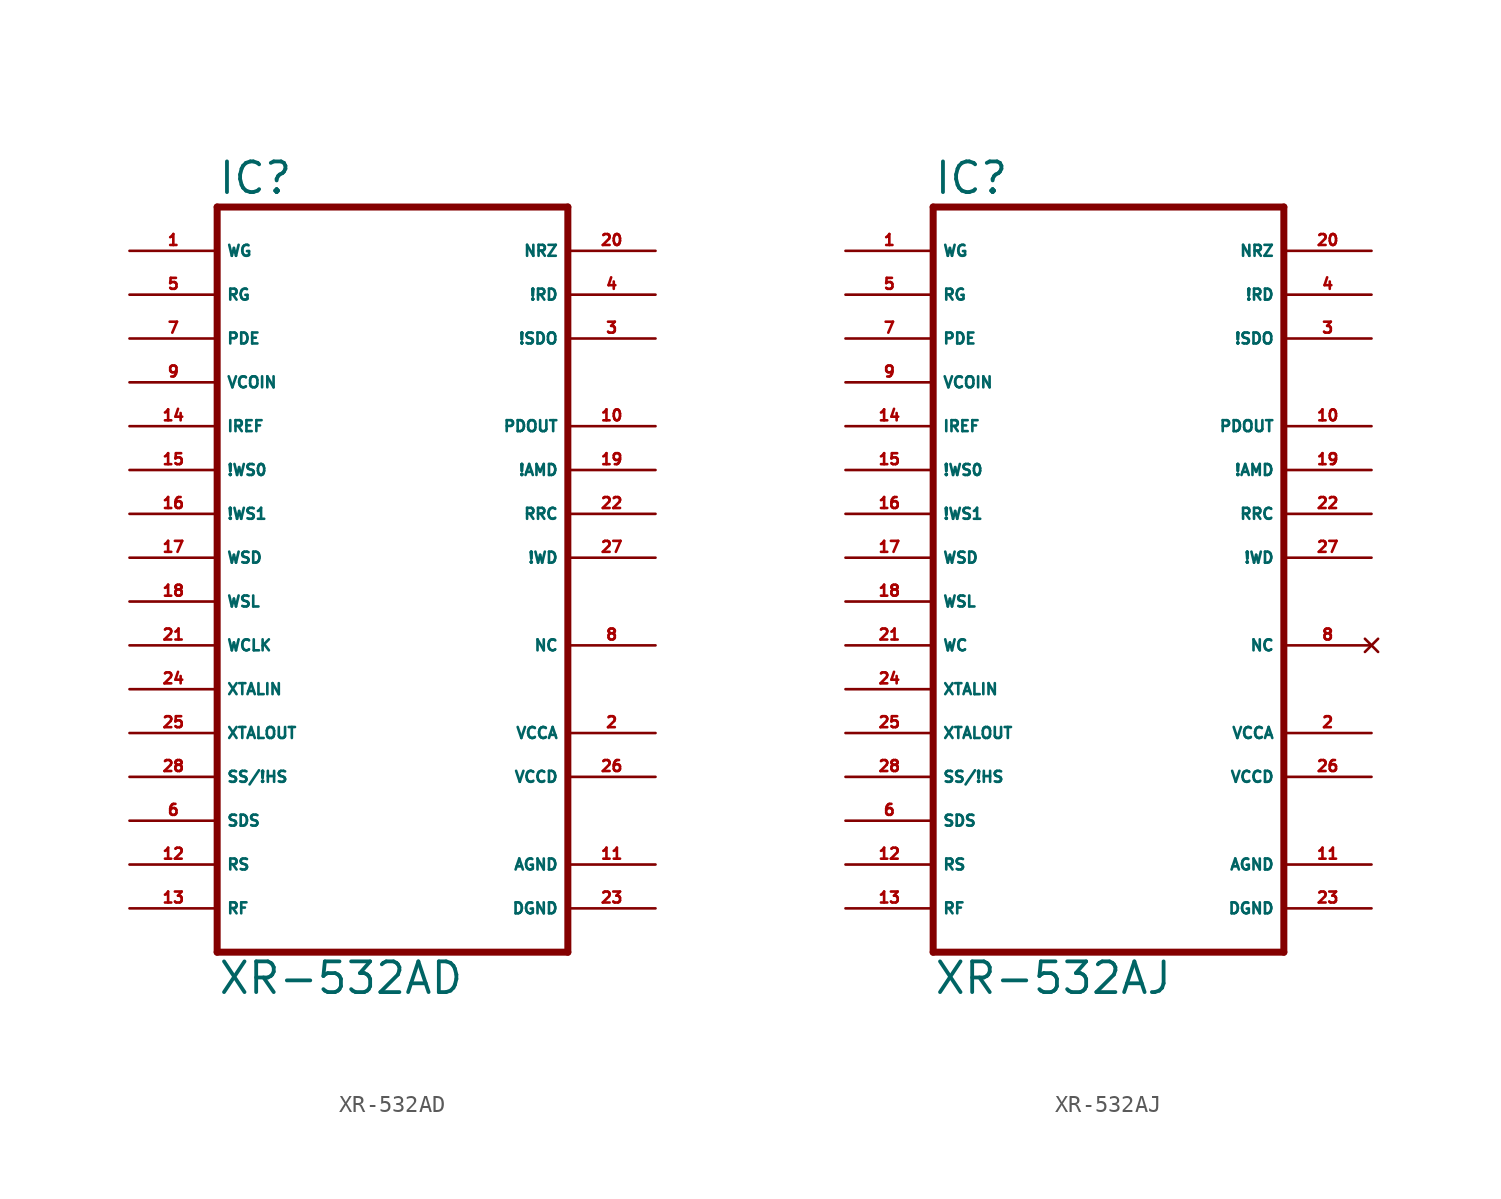
<source format=kicad_sym>
(kicad_symbol_lib
  (version 20220914)
  (generator Eagle2Kicad)
  (symbol "XR-532AD"
    (property "Reference" "IC"
      (at -10.16 20.955 0)
      (effects (font (size 1.778 1.778) (thickness 0.22)) (justify left bottom)))
    (property "Value" "XR-532AD"
      (at -10.16 -25.4 0)
      (effects (font (size 1.778 1.778) (thickness 0.22)) (justify left bottom)))
    (polyline
      (pts (xy -10.16 -22.86) (xy 10.16 -22.86))
      (stroke (width 0.406) (type default))
      (fill (type none)))
    (polyline
      (pts (xy 10.16 -22.86) (xy 10.16 20.32))
      (stroke (width 0.406) (type default))
      (fill (type none)))
    (polyline
      (pts (xy 10.16 20.32) (xy -10.16 20.32))
      (stroke (width 0.406) (type default))
      (fill (type none)))
    (polyline
      (pts (xy -10.16 20.32) (xy -10.16 -22.86))
      (stroke (width 0.406) (type default))
      (fill (type none)))
    (pin input line
      (at -15.24 17.78 0)
      (length 5.08)
      (name "WG" (effects (font (size 0.635 0.635) (thickness 0.08)) (justify left bottom)))
      (number "1" (effects (font (size 0.635 0.635) (thickness 0.08)) (justify left bottom))))
    (pin bidirectional line
      (at 15.24 15.24 180)
      (length 5.08)
      (name "!RD" (effects (font (size 0.635 0.635) (thickness 0.08)) (justify left bottom)))
      (number "4" (effects (font (size 0.635 0.635) (thickness 0.08)) (justify left bottom))))
    (pin input line
      (at -15.24 15.24 0)
      (length 5.08)
      (name "RG" (effects (font (size 0.635 0.635) (thickness 0.08)) (justify left bottom)))
      (number "5" (effects (font (size 0.635 0.635) (thickness 0.08)) (justify left bottom))))
    (pin input line
      (at -15.24 12.7 0)
      (length 5.08)
      (name "PDE" (effects (font (size 0.635 0.635) (thickness 0.08)) (justify left bottom)))
      (number "7" (effects (font (size 0.635 0.635) (thickness 0.08)) (justify left bottom))))
    (pin input line
      (at -15.24 10.16 0)
      (length 5.08)
      (name "VCOIN" (effects (font (size 0.635 0.635) (thickness 0.08)) (justify left bottom)))
      (number "9" (effects (font (size 0.635 0.635) (thickness 0.08)) (justify left bottom))))
    (pin input line
      (at -15.24 7.62 0)
      (length 5.08)
      (name "IREF" (effects (font (size 0.635 0.635) (thickness 0.08)) (justify left bottom)))
      (number "14" (effects (font (size 0.635 0.635) (thickness 0.08)) (justify left bottom))))
    (pin input line
      (at -15.24 5.08 0)
      (length 5.08)
      (name "!WS0" (effects (font (size 0.635 0.635) (thickness 0.08)) (justify left bottom)))
      (number "15" (effects (font (size 0.635 0.635) (thickness 0.08)) (justify left bottom))))
    (pin input line
      (at -15.24 2.54 0)
      (length 5.08)
      (name "!WS1" (effects (font (size 0.635 0.635) (thickness 0.08)) (justify left bottom)))
      (number "16" (effects (font (size 0.635 0.635) (thickness 0.08)) (justify left bottom))))
    (pin input line
      (at -15.24 -2.54 0)
      (length 5.08)
      (name "WSL" (effects (font (size 0.635 0.635) (thickness 0.08)) (justify left bottom)))
      (number "18" (effects (font (size 0.635 0.635) (thickness 0.08)) (justify left bottom))))
    (pin bidirectional line
      (at 15.24 17.78 180)
      (length 5.08)
      (name "NRZ" (effects (font (size 0.635 0.635) (thickness 0.08)) (justify left bottom)))
      (number "20" (effects (font (size 0.635 0.635) (thickness 0.08)) (justify left bottom))))
    (pin input line
      (at -15.24 -5.08 0)
      (length 5.08)
      (name "WCLK" (effects (font (size 0.635 0.635) (thickness 0.08)) (justify left bottom)))
      (number "21" (effects (font (size 0.635 0.635) (thickness 0.08)) (justify left bottom))))
    (pin input line
      (at -15.24 -10.16 0)
      (length 5.08)
      (name "XTALOUT" (effects (font (size 0.635 0.635) (thickness 0.08)) (justify left bottom)))
      (number "25" (effects (font (size 0.635 0.635) (thickness 0.08)) (justify left bottom))))
    (pin input line
      (at -15.24 -12.7 0)
      (length 5.08)
      (name "SS/!HS" (effects (font (size 0.635 0.635) (thickness 0.08)) (justify left bottom)))
      (number "28" (effects (font (size 0.635 0.635) (thickness 0.08)) (justify left bottom))))
    (pin bidirectional line
      (at 15.24 12.7 180)
      (length 5.08)
      (name "!SDO" (effects (font (size 0.635 0.635) (thickness 0.08)) (justify left bottom)))
      (number "3" (effects (font (size 0.635 0.635) (thickness 0.08)) (justify left bottom))))
    (pin output line
      (at 15.24 5.08 180)
      (length 5.08)
      (name "!AMD" (effects (font (size 0.635 0.635) (thickness 0.08)) (justify left bottom)))
      (number "19" (effects (font (size 0.635 0.635) (thickness 0.08)) (justify left bottom))))
    (pin output line
      (at 15.24 2.54 180)
      (length 5.08)
      (name "RRC" (effects (font (size 0.635 0.635) (thickness 0.08)) (justify left bottom)))
      (number "22" (effects (font (size 0.635 0.635) (thickness 0.08)) (justify left bottom))))
    (pin output line
      (at 15.24 -5.08 180)
      (length 5.08)
      (name "NC" (effects (font (size 0.635 0.635) (thickness 0.08)) (justify left bottom)))
      (number "8" (effects (font (size 0.635 0.635) (thickness 0.08)) (justify left bottom))))
    (pin output line
      (at 15.24 7.62 180)
      (length 5.08)
      (name "PDOUT" (effects (font (size 0.635 0.635) (thickness 0.08)) (justify left bottom)))
      (number "10" (effects (font (size 0.635 0.635) (thickness 0.08)) (justify left bottom))))
    (pin input line
      (at -15.24 -15.24 0)
      (length 5.08)
      (name "SDS" (effects (font (size 0.635 0.635) (thickness 0.08)) (justify left bottom)))
      (number "6" (effects (font (size 0.635 0.635) (thickness 0.08)) (justify left bottom))))
    (pin input line
      (at -15.24 -17.78 0)
      (length 5.08)
      (name "RS" (effects (font (size 0.635 0.635) (thickness 0.08)) (justify left bottom)))
      (number "12" (effects (font (size 0.635 0.635) (thickness 0.08)) (justify left bottom))))
    (pin input line
      (at -15.24 -20.32 0)
      (length 5.08)
      (name "RF" (effects (font (size 0.635 0.635) (thickness 0.08)) (justify left bottom)))
      (number "13" (effects (font (size 0.635 0.635) (thickness 0.08)) (justify left bottom))))
    (pin input line
      (at -15.24 0 0)
      (length 5.08)
      (name "WSD" (effects (font (size 0.635 0.635) (thickness 0.08)) (justify left bottom)))
      (number "17" (effects (font (size 0.635 0.635) (thickness 0.08)) (justify left bottom))))
    (pin input line
      (at -15.24 -7.62 0)
      (length 5.08)
      (name "XTALIN" (effects (font (size 0.635 0.635) (thickness 0.08)) (justify left bottom)))
      (number "24" (effects (font (size 0.635 0.635) (thickness 0.08)) (justify left bottom))))
    (pin output line
      (at 15.24 0 180)
      (length 5.08)
      (name "!WD" (effects (font (size 0.635 0.635) (thickness 0.08)) (justify left bottom)))
      (number "27" (effects (font (size 0.635 0.635) (thickness 0.08)) (justify left bottom))))
    (pin unspecified line
      (at 15.24 -20.32 180)
      (length 5.08)
      (name "DGND" (effects (font (size 0.635 0.635) (thickness 0.08)) (justify left bottom)))
      (number "23" (effects (font (size 0.635 0.635) (thickness 0.08)) (justify left bottom))))
    (pin unspecified line
      (at 15.24 -17.78 180)
      (length 5.08)
      (name "AGND" (effects (font (size 0.635 0.635) (thickness 0.08)) (justify left bottom)))
      (number "11" (effects (font (size 0.635 0.635) (thickness 0.08)) (justify left bottom))))
    (pin unspecified line
      (at 15.24 -12.7 180)
      (length 5.08)
      (name "VCCD" (effects (font (size 0.635 0.635) (thickness 0.08)) (justify left bottom)))
      (number "26" (effects (font (size 0.635 0.635) (thickness 0.08)) (justify left bottom))))
    (pin unspecified line
      (at 15.24 -10.16 180)
      (length 5.08)
      (name "VCCA" (effects (font (size 0.635 0.635) (thickness 0.08)) (justify left bottom)))
      (number "2" (effects (font (size 0.635 0.635) (thickness 0.08)) (justify left bottom)))))
  (symbol "XR-532AJ"
    (property "Reference" "IC"
      (at -10.16 20.955 0)
      (effects (font (size 1.778 1.778) (thickness 0.22)) (justify left bottom)))
    (property "Value" "XR-532AJ"
      (at -10.16 -25.4 0)
      (effects (font (size 1.778 1.778) (thickness 0.22)) (justify left bottom)))
    (polyline
      (pts (xy -10.16 -22.86) (xy 10.16 -22.86))
      (stroke (width 0.406) (type default))
      (fill (type none)))
    (polyline
      (pts (xy 10.16 -22.86) (xy 10.16 20.32))
      (stroke (width 0.406) (type default))
      (fill (type none)))
    (polyline
      (pts (xy 10.16 20.32) (xy -10.16 20.32))
      (stroke (width 0.406) (type default))
      (fill (type none)))
    (polyline
      (pts (xy -10.16 20.32) (xy -10.16 -22.86))
      (stroke (width 0.406) (type default))
      (fill (type none)))
    (pin input line
      (at -15.24 17.78 0)
      (length 5.08)
      (name "WG" (effects (font (size 0.635 0.635) (thickness 0.08)) (justify left bottom)))
      (number "1" (effects (font (size 0.635 0.635) (thickness 0.08)) (justify left bottom))))
    (pin bidirectional line
      (at 15.24 15.24 180)
      (length 5.08)
      (name "!RD" (effects (font (size 0.635 0.635) (thickness 0.08)) (justify left bottom)))
      (number "4" (effects (font (size 0.635 0.635) (thickness 0.08)) (justify left bottom))))
    (pin input line
      (at -15.24 15.24 0)
      (length 5.08)
      (name "RG" (effects (font (size 0.635 0.635) (thickness 0.08)) (justify left bottom)))
      (number "5" (effects (font (size 0.635 0.635) (thickness 0.08)) (justify left bottom))))
    (pin input line
      (at -15.24 12.7 0)
      (length 5.08)
      (name "PDE" (effects (font (size 0.635 0.635) (thickness 0.08)) (justify left bottom)))
      (number "7" (effects (font (size 0.635 0.635) (thickness 0.08)) (justify left bottom))))
    (pin input line
      (at -15.24 10.16 0)
      (length 5.08)
      (name "VCOIN" (effects (font (size 0.635 0.635) (thickness 0.08)) (justify left bottom)))
      (number "9" (effects (font (size 0.635 0.635) (thickness 0.08)) (justify left bottom))))
    (pin input line
      (at -15.24 7.62 0)
      (length 5.08)
      (name "IREF" (effects (font (size 0.635 0.635) (thickness 0.08)) (justify left bottom)))
      (number "14" (effects (font (size 0.635 0.635) (thickness 0.08)) (justify left bottom))))
    (pin input line
      (at -15.24 5.08 0)
      (length 5.08)
      (name "!WS0" (effects (font (size 0.635 0.635) (thickness 0.08)) (justify left bottom)))
      (number "15" (effects (font (size 0.635 0.635) (thickness 0.08)) (justify left bottom))))
    (pin input line
      (at -15.24 2.54 0)
      (length 5.08)
      (name "!WS1" (effects (font (size 0.635 0.635) (thickness 0.08)) (justify left bottom)))
      (number "16" (effects (font (size 0.635 0.635) (thickness 0.08)) (justify left bottom))))
    (pin input line
      (at -15.24 -2.54 0)
      (length 5.08)
      (name "WSL" (effects (font (size 0.635 0.635) (thickness 0.08)) (justify left bottom)))
      (number "18" (effects (font (size 0.635 0.635) (thickness 0.08)) (justify left bottom))))
    (pin bidirectional line
      (at 15.24 17.78 180)
      (length 5.08)
      (name "NRZ" (effects (font (size 0.635 0.635) (thickness 0.08)) (justify left bottom)))
      (number "20" (effects (font (size 0.635 0.635) (thickness 0.08)) (justify left bottom))))
    (pin input line
      (at -15.24 -5.08 0)
      (length 5.08)
      (name "WC" (effects (font (size 0.635 0.635) (thickness 0.08)) (justify left bottom)))
      (number "21" (effects (font (size 0.635 0.635) (thickness 0.08)) (justify left bottom))))
    (pin input line
      (at -15.24 -10.16 0)
      (length 5.08)
      (name "XTALOUT" (effects (font (size 0.635 0.635) (thickness 0.08)) (justify left bottom)))
      (number "25" (effects (font (size 0.635 0.635) (thickness 0.08)) (justify left bottom))))
    (pin input line
      (at -15.24 -12.7 0)
      (length 5.08)
      (name "SS/!HS" (effects (font (size 0.635 0.635) (thickness 0.08)) (justify left bottom)))
      (number "28" (effects (font (size 0.635 0.635) (thickness 0.08)) (justify left bottom))))
    (pin bidirectional line
      (at 15.24 12.7 180)
      (length 5.08)
      (name "!SDO" (effects (font (size 0.635 0.635) (thickness 0.08)) (justify left bottom)))
      (number "3" (effects (font (size 0.635 0.635) (thickness 0.08)) (justify left bottom))))
    (pin output line
      (at 15.24 5.08 180)
      (length 5.08)
      (name "!AMD" (effects (font (size 0.635 0.635) (thickness 0.08)) (justify left bottom)))
      (number "19" (effects (font (size 0.635 0.635) (thickness 0.08)) (justify left bottom))))
    (pin output line
      (at 15.24 2.54 180)
      (length 5.08)
      (name "RRC" (effects (font (size 0.635 0.635) (thickness 0.08)) (justify left bottom)))
      (number "22" (effects (font (size 0.635 0.635) (thickness 0.08)) (justify left bottom))))
    (pin no_connect line
      (at 15.24 -5.08 180)
      (length 5.08)
      (name "NC" (effects (font (size 0.635 0.635) (thickness 0.08)) (justify left bottom) hide))
      (number "8" (effects (font (size 0.635 0.635) (thickness 0.08)) (justify left bottom) hide)))
    (pin output line
      (at 15.24 7.62 180)
      (length 5.08)
      (name "PDOUT" (effects (font (size 0.635 0.635) (thickness 0.08)) (justify left bottom)))
      (number "10" (effects (font (size 0.635 0.635) (thickness 0.08)) (justify left bottom))))
    (pin input line
      (at -15.24 -15.24 0)
      (length 5.08)
      (name "SDS" (effects (font (size 0.635 0.635) (thickness 0.08)) (justify left bottom)))
      (number "6" (effects (font (size 0.635 0.635) (thickness 0.08)) (justify left bottom))))
    (pin input line
      (at -15.24 -17.78 0)
      (length 5.08)
      (name "RS" (effects (font (size 0.635 0.635) (thickness 0.08)) (justify left bottom)))
      (number "12" (effects (font (size 0.635 0.635) (thickness 0.08)) (justify left bottom))))
    (pin input line
      (at -15.24 -20.32 0)
      (length 5.08)
      (name "RF" (effects (font (size 0.635 0.635) (thickness 0.08)) (justify left bottom)))
      (number "13" (effects (font (size 0.635 0.635) (thickness 0.08)) (justify left bottom))))
    (pin input line
      (at -15.24 0 0)
      (length 5.08)
      (name "WSD" (effects (font (size 0.635 0.635) (thickness 0.08)) (justify left bottom)))
      (number "17" (effects (font (size 0.635 0.635) (thickness 0.08)) (justify left bottom))))
    (pin input line
      (at -15.24 -7.62 0)
      (length 5.08)
      (name "XTALIN" (effects (font (size 0.635 0.635) (thickness 0.08)) (justify left bottom)))
      (number "24" (effects (font (size 0.635 0.635) (thickness 0.08)) (justify left bottom))))
    (pin output line
      (at 15.24 0 180)
      (length 5.08)
      (name "!WD" (effects (font (size 0.635 0.635) (thickness 0.08)) (justify left bottom)))
      (number "27" (effects (font (size 0.635 0.635) (thickness 0.08)) (justify left bottom))))
    (pin unspecified line
      (at 15.24 -20.32 180)
      (length 5.08)
      (name "DGND" (effects (font (size 0.635 0.635) (thickness 0.08)) (justify left bottom)))
      (number "23" (effects (font (size 0.635 0.635) (thickness 0.08)) (justify left bottom))))
    (pin unspecified line
      (at 15.24 -17.78 180)
      (length 5.08)
      (name "AGND" (effects (font (size 0.635 0.635) (thickness 0.08)) (justify left bottom)))
      (number "11" (effects (font (size 0.635 0.635) (thickness 0.08)) (justify left bottom))))
    (pin unspecified line
      (at 15.24 -12.7 180)
      (length 5.08)
      (name "VCCD" (effects (font (size 0.635 0.635) (thickness 0.08)) (justify left bottom)))
      (number "26" (effects (font (size 0.635 0.635) (thickness 0.08)) (justify left bottom))))
    (pin unspecified line
      (at 15.24 -10.16 180)
      (length 5.08)
      (name "VCCA" (effects (font (size 0.635 0.635) (thickness 0.08)) (justify left bottom)))
      (number "2" (effects (font (size 0.635 0.635) (thickness 0.08)) (justify left bottom))))))
</source>
